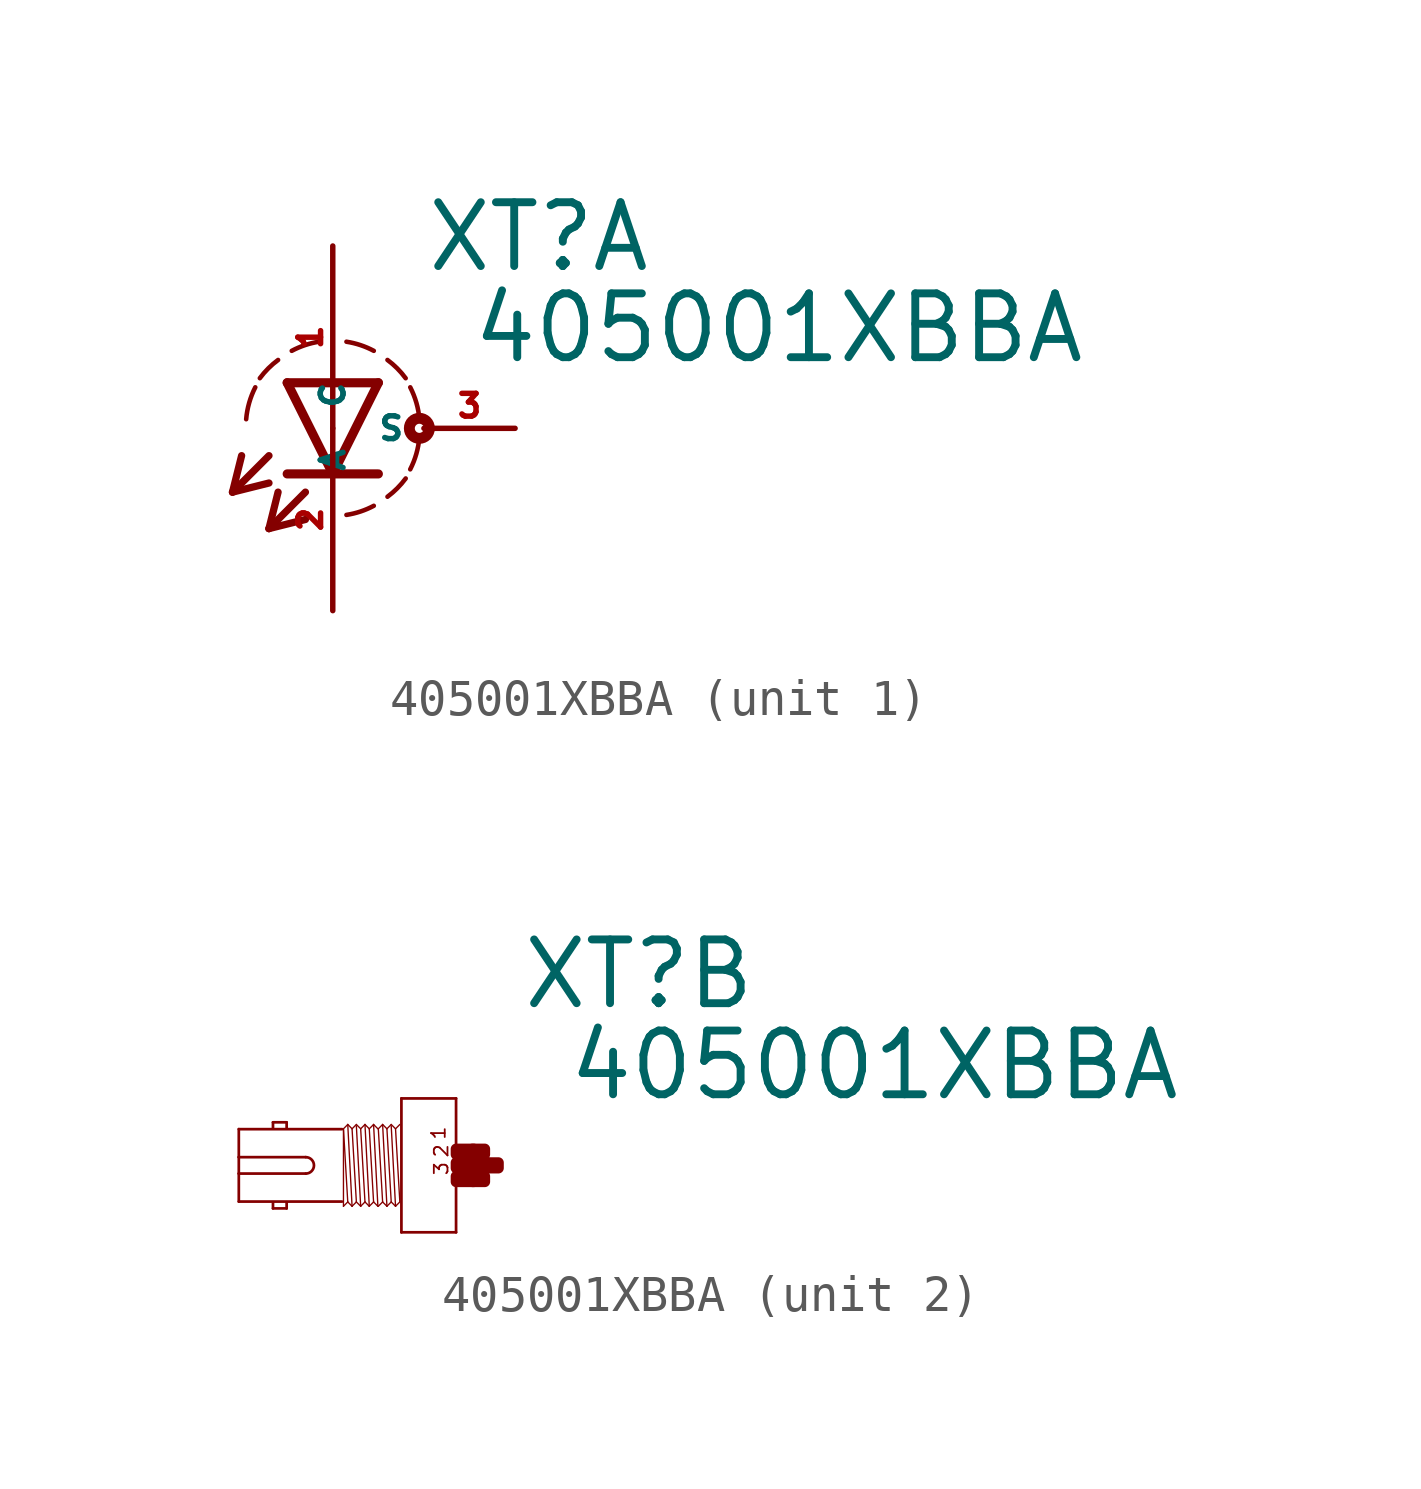
<source format=kicad_sym>
(kicad_symbol_lib
  (version 20220914)
  (generator Eagle2Kicad)
  (symbol "405001XBBA"
    (property "Reference" "XT"
      (at 2.54 4.293 0)
      (effects (font (size 1.778 1.778) (thickness 0.22)) (justify left bottom)))
    (property "Value" "405001XBBA"
      (at 3.81 1.753 0)
      (effects (font (size 1.778 1.778) (thickness 0.22)) (justify left bottom)))
    (symbol "405001XBBA_1_0"
      (polyline (pts (xy -1.27 1.27) (xy 0 -1.27)) (stroke (width 0.254) (type default)) (fill (type none)))
      (polyline (pts (xy 0 -1.27) (xy 1.27 1.27)) (stroke (width 0.254) (type default)) (fill (type none)))
      (polyline (pts (xy 1.27 -1.27) (xy 0 -1.27)) (stroke (width 0.254) (type default)) (fill (type none)))
      (polyline (pts (xy 1.27 1.27) (xy -1.27 1.27)) (stroke (width 0.254) (type default)) (fill (type none)))
      (polyline (pts (xy 0 -1.27) (xy -1.27 -1.27)) (stroke (width 0.254) (type default)) (fill (type none)))
      (polyline (pts (xy -1.778 -0.762) (xy -2.794 -1.778)) (stroke (width 0.203) (type default)) (fill (type none)))
      (polyline (pts (xy -2.794 -1.778) (xy -1.778 -1.524)) (stroke (width 0.203) (type default)) (fill (type none)))
      (polyline (pts (xy -2.794 -1.778) (xy -2.54 -0.762)) (stroke (width 0.203) (type default)) (fill (type none)))
      (polyline (pts (xy -0.762 -1.778) (xy -1.778 -2.794)) (stroke (width 0.203) (type default)) (fill (type none)))
      (polyline (pts (xy -1.778 -2.794) (xy -0.762 -2.54)) (stroke (width 0.203) (type default)) (fill (type none)))
      (polyline (pts (xy -1.778 -2.794) (xy -1.524 -1.778)) (stroke (width 0.203) (type default)) (fill (type none)))
      (arc (start 0.381 -2.413) (mid 0.773 -2.318) (end 1.143 -2.159) (stroke (width 0.127) (type default)) (fill (type none)))
      (arc (start 2.159 -1.143) (mid 2.329 -0.711) (end 2.413 -0.254) (stroke (width 0.127) (type default)) (fill (type none)))
      (arc (start 2.413 0.254) (mid 2.329 0.711) (end 2.159 1.143) (stroke (width 0.127) (type default)) (fill (type none)))
      (arc (start 2.032 1.397) (mid 1.797 1.670) (end 1.524 1.905) (stroke (width 0.127) (type default)) (fill (type none)))
      (arc (start 1.143 2.159) (mid 0.773 2.318) (end 0.381 2.413) (stroke (width 0.127) (type default)) (fill (type none)))
      (arc (start 1.524 -1.905) (mid 1.797 -1.670) (end 2.032 -1.397) (stroke (width 0.127) (type default)) (fill (type none)))
      (arc (start -0.381 2.413) (mid -0.773 2.318) (end -1.143 2.159) (stroke (width 0.127) (type default)) (fill (type none)))
      (arc (start -1.524 1.905) (mid -1.797 1.670) (end -2.032 1.397) (stroke (width 0.127) (type default)) (fill (type none)))
      (arc (start -2.159 1.143) (mid -2.329 0.711) (end -2.413 0.254) (stroke (width 0.127) (type default)) (fill (type none)))
      (circle (center 2.413 0) (radius 0.127) (stroke (width 0.305) (type default)) (fill (type none)))
      (pin passive line (at 0 5.08 270) (length 5.08) (name "A" (effects (font (size 0.635 0.635) (thickness 0.08)) (justify left bottom))) (number "1" (effects (font (size 0.635 0.635) (thickness 0.08)) (justify left bottom))))
      (pin passive line (at 0 -5.08 90) (length 5.08) (name "C" (effects (font (size 0.635 0.635) (thickness 0.08)) (justify left bottom))) (number "2" (effects (font (size 0.635 0.635) (thickness 0.08)) (justify left bottom))))
      (pin passive line (at 5.08 0 180) (length 2.54) (name "S" (effects (font (size 0.635 0.635) (thickness 0.08)) (justify left bottom))) (number "3" (effects (font (size 0.635 0.635) (thickness 0.08)) (justify left bottom)))))
    (symbol "405001XBBA_2_0"
      (polyline (pts (xy 0.762 1.867) (xy 0.762 -1.867)) (stroke (width 0.076) (type default)) (fill (type none)))
      (polyline (pts (xy 0.762 -1.867) (xy -0.762 -1.867)) (stroke (width 0.076) (type default)) (fill (type none)))
      (polyline (pts (xy -0.762 -1.867) (xy -0.762 1.867)) (stroke (width 0.076) (type default)) (fill (type none)))
      (polyline (pts (xy -0.762 1.867) (xy 0.762 1.867)) (stroke (width 0.076) (type default)) (fill (type none)))
      (polyline (pts (xy -2.419 1.01) (xy -5.296 1.01)) (stroke (width 0.076) (type default)) (fill (type none)))
      (polyline (pts (xy -5.296 1.01) (xy -5.296 0.229)) (stroke (width 0.076) (type default)) (fill (type none)))
      (polyline (pts (xy -5.296 0.229) (xy -5.296 -0.229)) (stroke (width 0.076) (type default)) (fill (type none)))
      (polyline (pts (xy -5.296 -0.229) (xy -5.296 -1.01)) (stroke (width 0.076) (type default)) (fill (type none)))
      (polyline (pts (xy -5.296 -1.01) (xy -2.419 -1.01)) (stroke (width 0.076) (type default)) (fill (type none)))
      (polyline (pts (xy -3.962 -1.029) (xy -3.962 -1.2)) (stroke (width 0.076) (type default)) (fill (type none)))
      (polyline (pts (xy -3.962 -1.2) (xy -4.343 -1.2)) (stroke (width 0.076) (type default)) (fill (type none)))
      (polyline (pts (xy -4.343 -1.2) (xy -4.343 -1.029)) (stroke (width 0.076) (type default)) (fill (type none)))
      (polyline (pts (xy -4.343 1.029) (xy -4.343 1.2)) (stroke (width 0.076) (type default)) (fill (type none)))
      (polyline (pts (xy -4.343 1.2) (xy -3.962 1.2)) (stroke (width 0.076) (type default)) (fill (type none)))
      (polyline (pts (xy -3.962 1.2) (xy -3.962 1.029)) (stroke (width 0.076) (type default)) (fill (type none)))
      (polyline (pts (xy -2.258 1.14) (xy -2.138 -1.14)) (stroke (width 0.038) (type default)) (fill (type none)))
      (polyline (pts (xy -2.018 1.099) (xy -1.898 -1.14)) (stroke (width 0.038) (type default)) (fill (type none)))
      (polyline (pts (xy -1.898 1.02) (xy -1.778 -1.02)) (stroke (width 0.038) (type default)) (fill (type none)))
      (polyline (pts (xy -1.778 1.14) (xy -1.658 -1.14)) (stroke (width 0.038) (type default)) (fill (type none)))
      (polyline (pts (xy -1.538 1.14) (xy -1.418 -1.14)) (stroke (width 0.038) (type default)) (fill (type none)))
      (polyline (pts (xy -2.378 -1.14) (xy -2.378 0.999)) (stroke (width 0.038) (type default)) (fill (type none)))
      (polyline (pts (xy -2.378 -1.14) (xy -2.258 -1.02)) (stroke (width 0.038) (type default)) (fill (type none)))
      (polyline (pts (xy -2.258 -1.02) (xy -2.138 -1.14)) (stroke (width 0.038) (type default)) (fill (type none)))
      (polyline (pts (xy -2.138 -1.14) (xy -2.018 -1.02)) (stroke (width 0.038) (type default)) (fill (type none)))
      (polyline (pts (xy -2.018 -1.02) (xy -1.898 -1.14)) (stroke (width 0.038) (type default)) (fill (type none)))
      (polyline (pts (xy -1.898 -1.14) (xy -1.778 -1.02)) (stroke (width 0.038) (type default)) (fill (type none)))
      (polyline (pts (xy -1.778 -1.02) (xy -1.658 -1.14)) (stroke (width 0.038) (type default)) (fill (type none)))
      (polyline (pts (xy -1.658 -1.14) (xy -1.538 -1.02)) (stroke (width 0.038) (type default)) (fill (type none)))
      (polyline (pts (xy -1.538 -1.02) (xy -1.418 -1.14)) (stroke (width 0.038) (type default)) (fill (type none)))
      (polyline (pts (xy -2.378 1.02) (xy -2.258 1.14)) (stroke (width 0.038) (type default)) (fill (type none)))
      (polyline (pts (xy -2.258 1.14) (xy -2.138 1.02)) (stroke (width 0.038) (type default)) (fill (type none)))
      (polyline (pts (xy -2.138 1.02) (xy -2.018 1.14)) (stroke (width 0.038) (type default)) (fill (type none)))
      (polyline (pts (xy -2.018 1.14) (xy -1.898 1.02)) (stroke (width 0.038) (type default)) (fill (type none)))
      (polyline (pts (xy -1.898 1.02) (xy -1.778 1.14)) (stroke (width 0.038) (type default)) (fill (type none)))
      (polyline (pts (xy -1.778 1.14) (xy -1.658 1.02)) (stroke (width 0.038) (type default)) (fill (type none)))
      (polyline (pts (xy -1.658 1.02) (xy -1.538 1.14)) (stroke (width 0.038) (type default)) (fill (type none)))
      (polyline (pts (xy -1.538 1.14) (xy -1.418 1.02)) (stroke (width 0.038) (type default)) (fill (type none)))
      (polyline (pts (xy -2.138 1.02) (xy -2.018 -1.02)) (stroke (width 0.038) (type default)) (fill (type none)))
      (polyline (pts (xy -1.658 1.02) (xy -1.538 -1.02)) (stroke (width 0.038) (type default)) (fill (type none)))
      (polyline (pts (xy -2.378 1.02) (xy -2.258 -1.02)) (stroke (width 0.038) (type default)) (fill (type none)))
      (polyline (pts (xy -1.286 1.14) (xy -1.166 -1.14)) (stroke (width 0.038) (type default)) (fill (type none)))
      (polyline (pts (xy -1.046 1.099) (xy -0.926 -1.14)) (stroke (width 0.038) (type default)) (fill (type none)))
      (polyline (pts (xy -0.926 1.02) (xy -0.806 -1.02)) (stroke (width 0.038) (type default)) (fill (type none)))
      (polyline (pts (xy -1.406 -1.14) (xy -1.286 -1.02)) (stroke (width 0.038) (type default)) (fill (type none)))
      (polyline (pts (xy -1.286 -1.02) (xy -1.166 -1.14)) (stroke (width 0.038) (type default)) (fill (type none)))
      (polyline (pts (xy -1.166 -1.14) (xy -1.046 -1.02)) (stroke (width 0.038) (type default)) (fill (type none)))
      (polyline (pts (xy -1.046 -1.02) (xy -0.926 -1.14)) (stroke (width 0.038) (type default)) (fill (type none)))
      (polyline (pts (xy -0.926 -1.14) (xy -0.806 -1.02)) (stroke (width 0.038) (type default)) (fill (type none)))
      (polyline (pts (xy -1.406 1.02) (xy -1.286 1.14)) (stroke (width 0.038) (type default)) (fill (type none)))
      (polyline (pts (xy -1.286 1.14) (xy -1.166 1.02)) (stroke (width 0.038) (type default)) (fill (type none)))
      (polyline (pts (xy -1.166 1.02) (xy -1.046 1.14)) (stroke (width 0.038) (type default)) (fill (type none)))
      (polyline (pts (xy -1.046 1.14) (xy -0.926 1.02)) (stroke (width 0.038) (type default)) (fill (type none)))
      (polyline (pts (xy -0.926 1.02) (xy -0.806 1.14)) (stroke (width 0.038) (type default)) (fill (type none)))
      (polyline (pts (xy -1.166 1.02) (xy -1.046 -1.02)) (stroke (width 0.038) (type default)) (fill (type none)))
      (polyline (pts (xy -1.406 1.02) (xy -1.286 -1.02)) (stroke (width 0.038) (type default)) (fill (type none)))
      (polyline (pts (xy -5.296 -0.229) (xy -3.429 -0.229)) (stroke (width 0.076) (type default)) (fill (type none)))
      (polyline (pts (xy -3.429 0.229) (xy -5.296 0.229)) (stroke (width 0.076) (type default)) (fill (type none)))
      (arc (start -3.429 -0.2286) (mid -3.200 0.000) (end -3.429 0.2286) (stroke (width 0.0762) (type default)) (fill (type none)))
      (text "1" (at 0.495 0.686 1800) (effects (font (size 0.381 0.381) (thickness 0.05)) (justify left bottom)))
      (text "3" (at 0.572 -0.305 1800) (effects (font (size 0.381 0.381) (thickness 0.05)) (justify left bottom)))
      (text "2" (at 0.572 0.191 1800) (effects (font (size 0.381 0.381) (thickness 0.05)) (justify left bottom)))
      (rectangle (start 0.762 -0.457) (end 1.257 -0.305) (stroke (width 0.3) (type default)) (fill (type outline)))
      (rectangle (start 0.762 -0.076) (end 1.638 0.076) (stroke (width 0.3) (type default)) (fill (type outline)))
      (rectangle (start 1.219 -0.457) (end 1.562 -0.305) (stroke (width 0.3) (type default)) (fill (type outline)))
      (rectangle (start 1.6 -0.076) (end 1.943 0.076) (stroke (width 0.3) (type default)) (fill (type outline)))
      (rectangle (start 1.219 0.305) (end 1.562 0.457) (stroke (width 0.3) (type default)) (fill (type outline)))
      (rectangle (start 0.762 0.305) (end 1.257 0.457) (stroke (width 0.3) (type default)) (fill (type outline))))))
</source>
